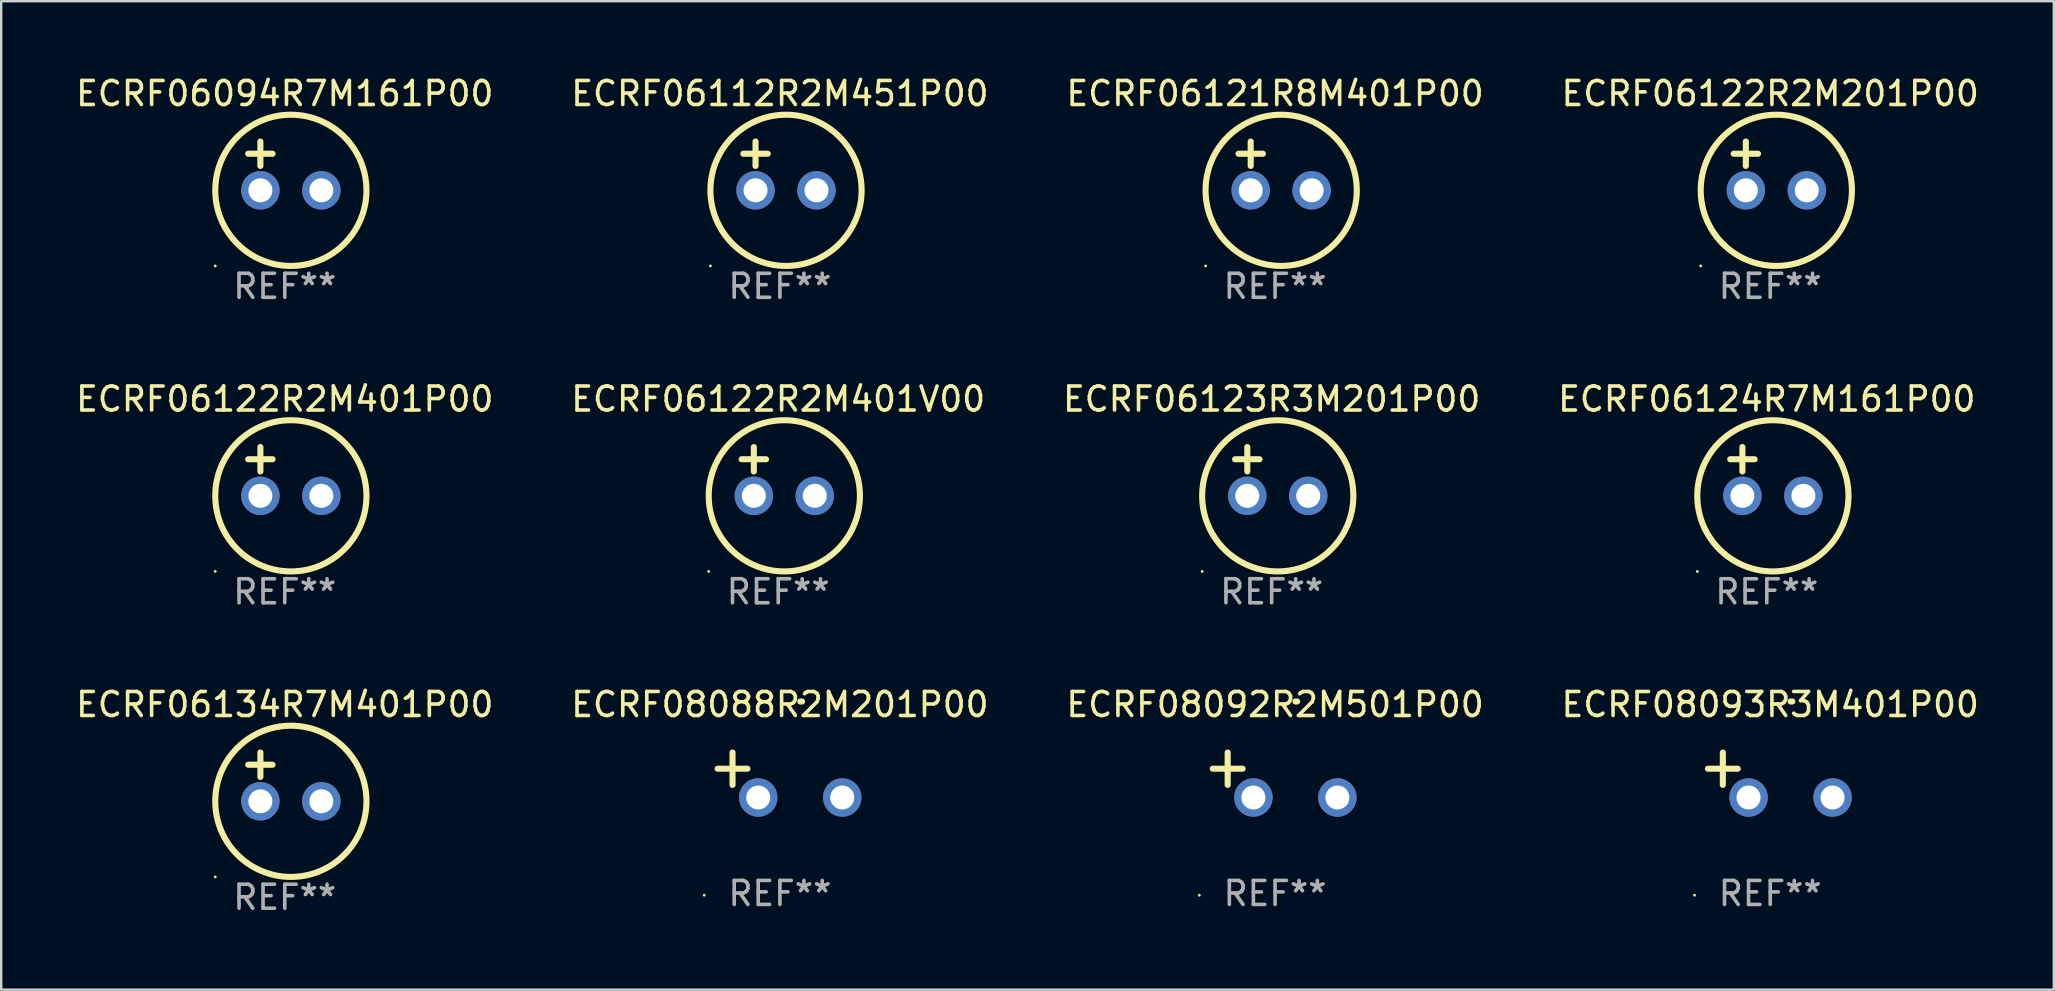
<source format=kicad_pcb>
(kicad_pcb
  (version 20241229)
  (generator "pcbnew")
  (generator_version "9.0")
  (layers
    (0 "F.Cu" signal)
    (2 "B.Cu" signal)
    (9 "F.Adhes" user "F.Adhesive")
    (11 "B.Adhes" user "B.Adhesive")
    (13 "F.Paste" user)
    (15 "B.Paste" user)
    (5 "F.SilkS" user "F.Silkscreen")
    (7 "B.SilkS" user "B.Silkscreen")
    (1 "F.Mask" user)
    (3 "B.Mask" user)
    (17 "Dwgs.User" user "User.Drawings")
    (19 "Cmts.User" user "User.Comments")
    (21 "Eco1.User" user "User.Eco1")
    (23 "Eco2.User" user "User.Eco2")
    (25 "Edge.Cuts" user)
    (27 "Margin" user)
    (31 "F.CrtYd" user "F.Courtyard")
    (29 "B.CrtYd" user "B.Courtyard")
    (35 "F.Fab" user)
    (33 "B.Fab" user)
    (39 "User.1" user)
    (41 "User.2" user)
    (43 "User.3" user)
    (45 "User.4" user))
  (footprint "ECRF06094R7M161P00"
    (layer "F.Cu")
    (at 8.815 3.864)
    (property "Reference" "ECRF06094R7M161P00" (at 0 -3.016 0) (layer "F.SilkS") (effects (font (size 1 1) (thickness 0.15))))
    (attr through_hole)
    (fp_line (start -1.524 -0.508) (end -0.508 -0.508) (stroke (width 0.254) (type solid)) (layer "F.SilkS"))
    (fp_line (start -1.016 -1.016) (end -1.016 0) (stroke (width 0.254) (type solid)) (layer "F.SilkS"))
    (fp_circle (center -2.896 4.166) (end -2.866 4.166) (stroke (width 0.06) (type solid)) (fill no) (layer "F.SilkS"))
    (fp_circle (center 0.254 1.016) (end 3.404 1.016) (stroke (width 0.254) (type solid)) (fill no) (layer "F.SilkS"))
    (fp_text user "REF**" (at 0 5.016 0) (layer "F.Fab") (effects (font (size 1 1) (thickness 0.15))))
    (pad "1" thru_hole circle (at -1.016 1.016) (size 1.6 1.6) (drill 1) (layers "*.Cu" "*.Mask"))
    (pad "2" thru_hole circle (at 1.524 1.016) (size 1.6 1.6) (drill 1) (layers "*.Cu" "*.Mask")))
  (footprint "ECRF06123R3M201P00"
    (layer "F.Cu")
    (at 49.935 16.593)
    (property "Reference" "ECRF06123R3M201P00" (at 0 -3.016 0) (layer "F.SilkS") (effects (font (size 1 1) (thickness 0.15))))
    (attr through_hole)
    (fp_line (start -1.524 -0.508) (end -0.508 -0.508) (stroke (width 0.254) (type solid)) (layer "F.SilkS"))
    (fp_line (start -1.016 -1.016) (end -1.016 0) (stroke (width 0.254) (type solid)) (layer "F.SilkS"))
    (fp_circle (center -2.896 4.166) (end -2.866 4.166) (stroke (width 0.06) (type solid)) (fill no) (layer "F.SilkS"))
    (fp_circle (center 0.254 1.016) (end 3.404 1.016) (stroke (width 0.254) (type solid)) (fill no) (layer "F.SilkS"))
    (fp_text user "REF**" (at 0 5.016 0) (layer "F.Fab") (effects (font (size 1 1) (thickness 0.15))))
    (pad "1" thru_hole circle (at -1.016 1.016) (size 1.6 1.6) (drill 1) (layers "*.Cu" "*.Mask"))
    (pad "2" thru_hole circle (at 1.524 1.016) (size 1.6 1.6) (drill 1) (layers "*.Cu" "*.Mask")))
  (footprint "ECRF06122R2M401V00"
    (layer "F.Cu")
    (at 29.375 16.593)
    (property "Reference" "ECRF06122R2M401V00" (at 0 -3.016 0) (layer "F.SilkS") (effects (font (size 1 1) (thickness 0.15))))
    (attr through_hole)
    (fp_line (start -1.524 -0.508) (end -0.508 -0.508) (stroke (width 0.254) (type solid)) (layer "F.SilkS"))
    (fp_line (start -1.016 -1.016) (end -1.016 0) (stroke (width 0.254) (type solid)) (layer "F.SilkS"))
    (fp_circle (center -2.896 4.166) (end -2.866 4.166) (stroke (width 0.06) (type solid)) (fill no) (layer "F.SilkS"))
    (fp_circle (center 0.254 1.016) (end 3.404 1.016) (stroke (width 0.254) (type solid)) (fill no) (layer "F.SilkS"))
    (fp_text user "REF**" (at 0 5.016 0) (layer "F.Fab") (effects (font (size 1 1) (thickness 0.15))))
    (pad "1" thru_hole circle (at -1.016 1.016) (size 1.6 1.6) (drill 1) (layers "*.Cu" "*.Mask"))
    (pad "2" thru_hole circle (at 1.524 1.016) (size 1.6 1.6) (drill 1) (layers "*.Cu" "*.Mask")))
  (footprint "ECRF08088R2M201P00"
    (layer "F.Cu")
    (at 29.446 29.242)
    (property "Reference" "ECRF08088R2M201P00" (at 0 -2.937 0) (layer "F.SilkS") (effects (font (size 1 1) (thickness 0.15))))
    (attr through_hole)
    (fp_line (start -1.975 0.41) (end -1.975 -0.937) (stroke (width 0.254) (type solid)) (layer "F.SilkS"))
    (fp_line (start -1.353 -0.263) (end -2.597 -0.263) (stroke (width 0.254) (type solid)) (layer "F.SilkS"))
    (fp_arc (start 0.849809 -3.063957) (mid 0.885369 -3.064114) (end 0.920929 -3.063957) (stroke (width 0.254001) (type solid)) (layer "F.SilkS"))
    (fp_circle (center -3.154 5.008) (end -3.124 5.008) (stroke (width 0.06) (type solid)) (fill no) (layer "F.SilkS"))
    (fp_text user "REF**" (at 0 4.937 0) (layer "F.Fab") (effects (font (size 1 1) (thickness 0.15))))
    (pad "1" thru_hole circle (at -0.903 0.937) (size 1.6 1.6) (drill 1) (layers "*.Cu" "*.Mask"))
    (pad "2" thru_hole circle (at 2.597 0.937) (size 1.6 1.6) (drill 1) (layers "*.Cu" "*.Mask")))
  (footprint "ECRF06121R8M401P00"
    (layer "F.Cu")
    (at 50.077 3.864)
    (property "Reference" "ECRF06121R8M401P00" (at 0 -3.016 0) (layer "F.SilkS") (effects (font (size 1 1) (thickness 0.15))))
    (attr through_hole)
    (fp_line (start -1.524 -0.508) (end -0.508 -0.508) (stroke (width 0.254) (type solid)) (layer "F.SilkS"))
    (fp_line (start -1.016 -1.016) (end -1.016 0) (stroke (width 0.254) (type solid)) (layer "F.SilkS"))
    (fp_circle (center -2.896 4.166) (end -2.866 4.166) (stroke (width 0.06) (type solid)) (fill no) (layer "F.SilkS"))
    (fp_circle (center 0.254 1.016) (end 3.404 1.016) (stroke (width 0.254) (type solid)) (fill no) (layer "F.SilkS"))
    (fp_text user "REF**" (at 0 5.016 0) (layer "F.Fab") (effects (font (size 1 1) (thickness 0.15))))
    (pad "1" thru_hole circle (at -1.016 1.016) (size 1.6 1.6) (drill 1) (layers "*.Cu" "*.Mask"))
    (pad "2" thru_hole circle (at 1.524 1.016) (size 1.6 1.6) (drill 1) (layers "*.Cu" "*.Mask")))
  (footprint "ECRF06134R7M401P00"
    (layer "F.Cu")
    (at 8.815 29.321)
    (property "Reference" "ECRF06134R7M401P00" (at 0 -3.016 0) (layer "F.SilkS") (effects (font (size 1 1) (thickness 0.15))))
    (attr through_hole)
    (fp_line (start -1.524 -0.508) (end -0.508 -0.508) (stroke (width 0.254) (type solid)) (layer "F.SilkS"))
    (fp_line (start -1.016 -1.016) (end -1.016 0) (stroke (width 0.254) (type solid)) (layer "F.SilkS"))
    (fp_circle (center -2.896 4.166) (end -2.866 4.166) (stroke (width 0.06) (type solid)) (fill no) (layer "F.SilkS"))
    (fp_circle (center 0.254 1.016) (end 3.404 1.016) (stroke (width 0.254) (type solid)) (fill no) (layer "F.SilkS"))
    (fp_text user "REF**" (at 0 5.016 0) (layer "F.Fab") (effects (font (size 1 1) (thickness 0.15))))
    (pad "1" thru_hole circle (at -1.016 1.016) (size 1.6 1.6) (drill 1) (layers "*.Cu" "*.Mask"))
    (pad "2" thru_hole circle (at 1.524 1.016) (size 1.6 1.6) (drill 1) (layers "*.Cu" "*.Mask")))
  (footprint "ECRF08093R3M401P00"
    (layer "F.Cu")
    (at 70.708 29.242)
    (property "Reference" "ECRF08093R3M401P00" (at 0 -2.937 0) (layer "F.SilkS") (effects (font (size 1 1) (thickness 0.15))))
    (attr through_hole)
    (fp_line (start -1.975 0.41) (end -1.975 -0.937) (stroke (width 0.254) (type solid)) (layer "F.SilkS"))
    (fp_line (start -1.353 -0.263) (end -2.597 -0.263) (stroke (width 0.254) (type solid)) (layer "F.SilkS"))
    (fp_arc (start 0.849809 -3.063957) (mid 0.885369 -3.064114) (end 0.920929 -3.063957) (stroke (width 0.254001) (type solid)) (layer "F.SilkS"))
    (fp_circle (center -3.154 5.008) (end -3.124 5.008) (stroke (width 0.06) (type solid)) (fill no) (layer "F.SilkS"))
    (fp_text user "REF**" (at 0 4.937 0) (layer "F.Fab") (effects (font (size 1 1) (thickness 0.15))))
    (pad "1" thru_hole circle (at -0.903 0.937) (size 1.6 1.6) (drill 1) (layers "*.Cu" "*.Mask"))
    (pad "2" thru_hole circle (at 2.597 0.937) (size 1.6 1.6) (drill 1) (layers "*.Cu" "*.Mask")))
  (footprint "ECRF06122R2M201P00"
    (layer "F.Cu")
    (at 70.708 3.864)
    (property "Reference" "ECRF06122R2M201P00" (at 0 -3.016 0) (layer "F.SilkS") (effects (font (size 1 1) (thickness 0.15))))
    (attr through_hole)
    (fp_line (start -1.524 -0.508) (end -0.508 -0.508) (stroke (width 0.254) (type solid)) (layer "F.SilkS"))
    (fp_line (start -1.016 -1.016) (end -1.016 0) (stroke (width 0.254) (type solid)) (layer "F.SilkS"))
    (fp_circle (center -2.896 4.166) (end -2.866 4.166) (stroke (width 0.06) (type solid)) (fill no) (layer "F.SilkS"))
    (fp_circle (center 0.254 1.016) (end 3.404 1.016) (stroke (width 0.254) (type solid)) (fill no) (layer "F.SilkS"))
    (fp_text user "REF**" (at 0 5.016 0) (layer "F.Fab") (effects (font (size 1 1) (thickness 0.15))))
    (pad "1" thru_hole circle (at -1.016 1.016) (size 1.6 1.6) (drill 1) (layers "*.Cu" "*.Mask"))
    (pad "2" thru_hole circle (at 1.524 1.016) (size 1.6 1.6) (drill 1) (layers "*.Cu" "*.Mask")))
  (footprint "ECRF08092R2M501P00"
    (layer "F.Cu")
    (at 50.077 29.242)
    (property "Reference" "ECRF08092R2M501P00" (at 0 -2.937 0) (layer "F.SilkS") (effects (font (size 1 1) (thickness 0.15))))
    (attr through_hole)
    (fp_line (start -1.975 0.41) (end -1.975 -0.937) (stroke (width 0.254) (type solid)) (layer "F.SilkS"))
    (fp_line (start -1.353 -0.263) (end -2.597 -0.263) (stroke (width 0.254) (type solid)) (layer "F.SilkS"))
    (fp_arc (start 0.849809 -3.063957) (mid 0.885369 -3.064114) (end 0.920929 -3.063957) (stroke (width 0.254001) (type solid)) (layer "F.SilkS"))
    (fp_circle (center -3.154 5.008) (end -3.124 5.008) (stroke (width 0.06) (type solid)) (fill no) (layer "F.SilkS"))
    (fp_text user "REF**" (at 0 4.937 0) (layer "F.Fab") (effects (font (size 1 1) (thickness 0.15))))
    (pad "1" thru_hole circle (at -0.903 0.937) (size 1.6 1.6) (drill 1) (layers "*.Cu" "*.Mask"))
    (pad "2" thru_hole circle (at 2.597 0.937) (size 1.6 1.6) (drill 1) (layers "*.Cu" "*.Mask")))
  (footprint "ECRF06122R2M401P00"
    (layer "F.Cu")
    (at 8.815 16.593)
    (property "Reference" "ECRF06122R2M401P00" (at 0 -3.016 0) (layer "F.SilkS") (effects (font (size 1 1) (thickness 0.15))))
    (attr through_hole)
    (fp_line (start -1.524 -0.508) (end -0.508 -0.508) (stroke (width 0.254) (type solid)) (layer "F.SilkS"))
    (fp_line (start -1.016 -1.016) (end -1.016 0) (stroke (width 0.254) (type solid)) (layer "F.SilkS"))
    (fp_circle (center -2.896 4.166) (end -2.866 4.166) (stroke (width 0.06) (type solid)) (fill no) (layer "F.SilkS"))
    (fp_circle (center 0.254 1.016) (end 3.404 1.016) (stroke (width 0.254) (type solid)) (fill no) (layer "F.SilkS"))
    (fp_text user "REF**" (at 0 5.016 0) (layer "F.Fab") (effects (font (size 1 1) (thickness 0.15))))
    (pad "1" thru_hole circle (at -1.016 1.016) (size 1.6 1.6) (drill 1) (layers "*.Cu" "*.Mask"))
    (pad "2" thru_hole circle (at 1.524 1.016) (size 1.6 1.6) (drill 1) (layers "*.Cu" "*.Mask")))
  (footprint "ECRF06124R7M161P00"
    (layer "F.Cu")
    (at 70.565 16.593)
    (property "Reference" "ECRF06124R7M161P00" (at 0 -3.016 0) (layer "F.SilkS") (effects (font (size 1 1) (thickness 0.15))))
    (attr through_hole)
    (fp_line (start -1.524 -0.508) (end -0.508 -0.508) (stroke (width 0.254) (type solid)) (layer "F.SilkS"))
    (fp_line (start -1.016 -1.016) (end -1.016 0) (stroke (width 0.254) (type solid)) (layer "F.SilkS"))
    (fp_circle (center -2.896 4.166) (end -2.866 4.166) (stroke (width 0.06) (type solid)) (fill no) (layer "F.SilkS"))
    (fp_circle (center 0.254 1.016) (end 3.404 1.016) (stroke (width 0.254) (type solid)) (fill no) (layer "F.SilkS"))
    (fp_text user "REF**" (at 0 5.016 0) (layer "F.Fab") (effects (font (size 1 1) (thickness 0.15))))
    (pad "1" thru_hole circle (at -1.016 1.016) (size 1.6 1.6) (drill 1) (layers "*.Cu" "*.Mask"))
    (pad "2" thru_hole circle (at 1.524 1.016) (size 1.6 1.6) (drill 1) (layers "*.Cu" "*.Mask")))
  (footprint "ECRF06112R2M451P00"
    (layer "F.Cu")
    (at 29.446 3.864)
    (property "Reference" "ECRF06112R2M451P00" (at 0 -3.016 0) (layer "F.SilkS") (effects (font (size 1 1) (thickness 0.15))))
    (attr through_hole)
    (fp_line (start -1.524 -0.508) (end -0.508 -0.508) (stroke (width 0.254) (type solid)) (layer "F.SilkS"))
    (fp_line (start -1.016 -1.016) (end -1.016 0) (stroke (width 0.254) (type solid)) (layer "F.SilkS"))
    (fp_circle (center -2.896 4.166) (end -2.866 4.166) (stroke (width 0.06) (type solid)) (fill no) (layer "F.SilkS"))
    (fp_circle (center 0.254 1.016) (end 3.404 1.016) (stroke (width 0.254) (type solid)) (fill no) (layer "F.SilkS"))
    (fp_text user "REF**" (at 0 5.016 0) (layer "F.Fab") (effects (font (size 1 1) (thickness 0.15))))
    (pad "1" thru_hole circle (at -1.016 1.016) (size 1.6 1.6) (drill 1) (layers "*.Cu" "*.Mask"))
    (pad "2" thru_hole circle (at 1.524 1.016) (size 1.6 1.6) (drill 1) (layers "*.Cu" "*.Mask")))
  (gr_rect
    (start -3 -3)
    (end 82.524 38.186)
    (stroke (width 0.1) (type default))
    (fill no)
    (layer "Edge.Cuts")))
</source>
